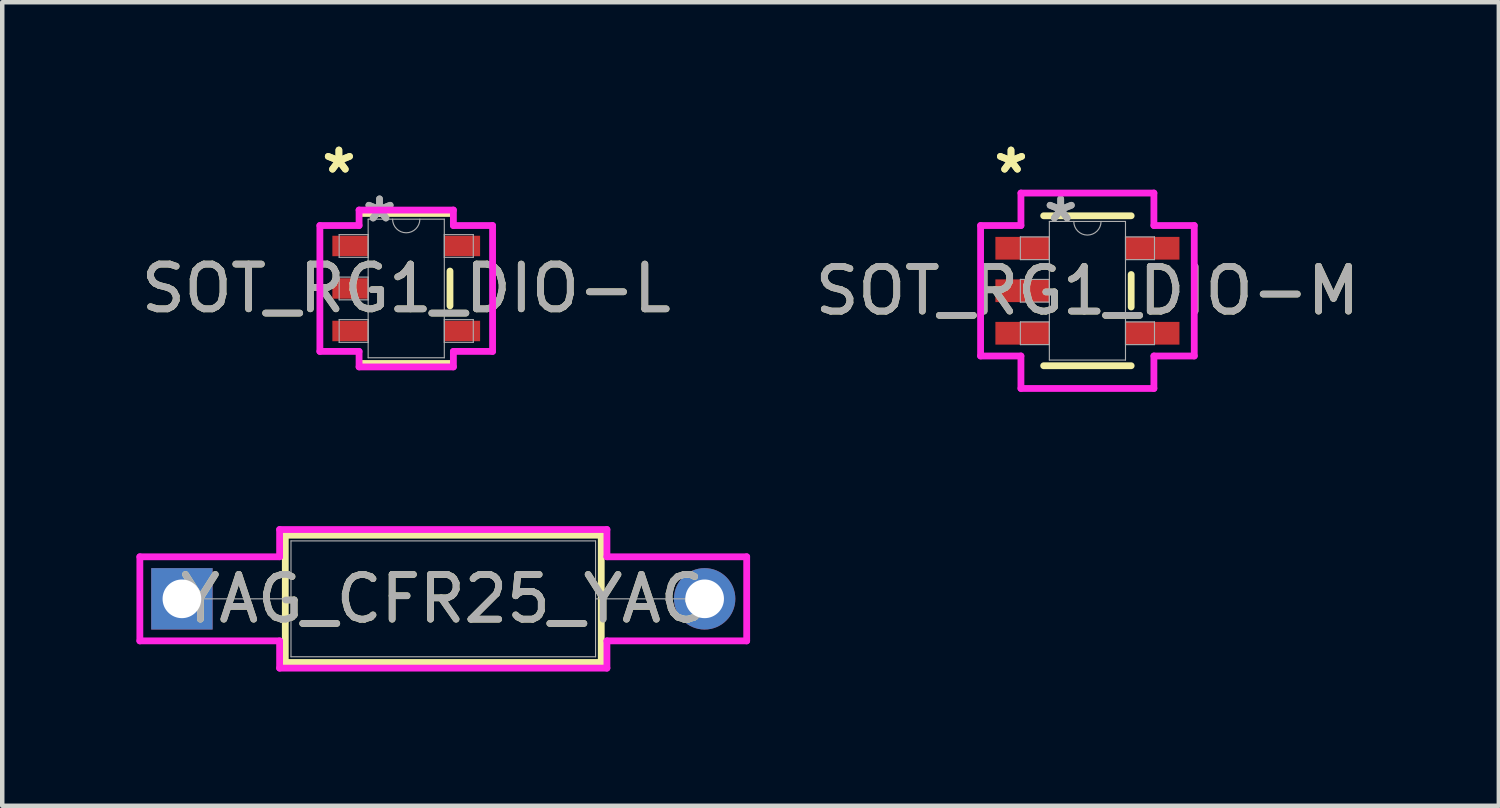
<source format=kicad_pcb>
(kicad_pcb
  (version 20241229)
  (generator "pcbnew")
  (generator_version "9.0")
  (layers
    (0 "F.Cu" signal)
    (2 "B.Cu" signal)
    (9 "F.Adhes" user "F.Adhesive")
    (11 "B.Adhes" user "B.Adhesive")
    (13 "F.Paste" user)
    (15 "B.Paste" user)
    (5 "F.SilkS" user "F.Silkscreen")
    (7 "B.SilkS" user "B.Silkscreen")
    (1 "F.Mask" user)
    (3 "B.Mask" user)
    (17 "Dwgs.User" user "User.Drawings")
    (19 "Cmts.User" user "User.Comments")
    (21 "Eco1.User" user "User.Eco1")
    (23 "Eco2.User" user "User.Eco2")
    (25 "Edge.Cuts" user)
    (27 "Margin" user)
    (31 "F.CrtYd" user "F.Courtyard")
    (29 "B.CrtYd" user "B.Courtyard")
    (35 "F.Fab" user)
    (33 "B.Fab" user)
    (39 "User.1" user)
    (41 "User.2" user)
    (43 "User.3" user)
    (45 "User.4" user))
  (footprint "SOT_RG1_DIO-L"
    (layer "F.Cu")
    (at 6.03 3.398)
    (property "Reference" "SOT_RG1_DIO-L" (at 0 0 0) (unlocked yes) (layer "F.SilkS") (effects (font (size 1 1) (thickness 0.15))))
    (attr smd)
    (fp_line (start -0.978 1.676) (end 0.978 1.676) (stroke (width 0.152) (type solid)) (layer "F.SilkS"))
    (fp_line (start 0.978 -1.676) (end -0.978 -1.676) (stroke (width 0.152) (type solid)) (layer "F.SilkS"))
    (fp_line (start 0.978 0.389) (end 0.978 -0.389) (stroke (width 0.152) (type solid)) (layer "F.SilkS"))
    (fp_line (start -1.93 -1.407) (end -1.054 -1.407) (stroke (width 0.152) (type solid)) (layer "F.CrtYd"))
    (fp_line (start -1.93 1.407) (end -1.93 -1.407) (stroke (width 0.152) (type solid)) (layer "F.CrtYd"))
    (fp_line (start -1.054 -1.753) (end 1.054 -1.753) (stroke (width 0.152) (type solid)) (layer "F.CrtYd"))
    (fp_line (start -1.054 -1.407) (end -1.054 -1.753) (stroke (width 0.152) (type solid)) (layer "F.CrtYd"))
    (fp_line (start -1.054 1.407) (end -1.93 1.407) (stroke (width 0.152) (type solid)) (layer "F.CrtYd"))
    (fp_line (start -1.054 1.753) (end -1.054 1.407) (stroke (width 0.152) (type solid)) (layer "F.CrtYd"))
    (fp_line (start 1.054 -1.753) (end 1.054 -1.407) (stroke (width 0.152) (type solid)) (layer "F.CrtYd"))
    (fp_line (start 1.054 -1.407) (end 1.93 -1.407) (stroke (width 0.152) (type solid)) (layer "F.CrtYd"))
    (fp_line (start 1.054 1.407) (end 1.054 1.753) (stroke (width 0.152) (type solid)) (layer "F.CrtYd"))
    (fp_line (start 1.054 1.753) (end -1.054 1.753) (stroke (width 0.152) (type solid)) (layer "F.CrtYd"))
    (fp_line (start 1.93 -1.407) (end 1.93 1.407) (stroke (width 0.152) (type solid)) (layer "F.CrtYd"))
    (fp_line (start 1.93 1.407) (end 1.054 1.407) (stroke (width 0.152) (type solid)) (layer "F.CrtYd"))
    (fp_line (start -1.499 -1.204) (end -1.499 -0.696) (stroke (width 0.025) (type solid)) (layer "F.Fab"))
    (fp_line (start -1.499 -0.696) (end -0.851 -0.696) (stroke (width 0.025) (type solid)) (layer "F.Fab"))
    (fp_line (start -1.499 -0.254) (end -1.499 0.254) (stroke (width 0.025) (type solid)) (layer "F.Fab"))
    (fp_line (start -1.499 0.254) (end -0.851 0.254) (stroke (width 0.025) (type solid)) (layer "F.Fab"))
    (fp_line (start -1.499 0.696) (end -1.499 1.204) (stroke (width 0.025) (type solid)) (layer "F.Fab"))
    (fp_line (start -1.499 1.204) (end -0.851 1.204) (stroke (width 0.025) (type solid)) (layer "F.Fab"))
    (fp_line (start -0.851 -1.549) (end -0.851 1.549) (stroke (width 0.025) (type solid)) (layer "F.Fab"))
    (fp_line (start -0.851 -1.204) (end -1.499 -1.204) (stroke (width 0.025) (type solid)) (layer "F.Fab"))
    (fp_line (start -0.851 -0.696) (end -0.851 -1.204) (stroke (width 0.025) (type solid)) (layer "F.Fab"))
    (fp_line (start -0.851 -0.254) (end -1.499 -0.254) (stroke (width 0.025) (type solid)) (layer "F.Fab"))
    (fp_line (start -0.851 0.254) (end -0.851 -0.254) (stroke (width 0.025) (type solid)) (layer "F.Fab"))
    (fp_line (start -0.851 0.696) (end -1.499 0.696) (stroke (width 0.025) (type solid)) (layer "F.Fab"))
    (fp_line (start -0.851 1.204) (end -0.851 0.696) (stroke (width 0.025) (type solid)) (layer "F.Fab"))
    (fp_line (start -0.851 1.549) (end 0.851 1.549) (stroke (width 0.025) (type solid)) (layer "F.Fab"))
    (fp_line (start 0.851 -1.549) (end -0.851 -1.549) (stroke (width 0.025) (type solid)) (layer "F.Fab"))
    (fp_line (start 0.851 -1.204) (end 0.851 -0.696) (stroke (width 0.025) (type solid)) (layer "F.Fab"))
    (fp_line (start 0.851 -0.696) (end 1.499 -0.696) (stroke (width 0.025) (type solid)) (layer "F.Fab"))
    (fp_line (start 0.851 0.696) (end 0.851 1.204) (stroke (width 0.025) (type solid)) (layer "F.Fab"))
    (fp_line (start 0.851 1.204) (end 1.499 1.204) (stroke (width 0.025) (type solid)) (layer "F.Fab"))
    (fp_line (start 0.851 1.549) (end 0.851 -1.549) (stroke (width 0.025) (type solid)) (layer "F.Fab"))
    (fp_line (start 1.499 -1.204) (end 0.851 -1.204) (stroke (width 0.025) (type solid)) (layer "F.Fab"))
    (fp_line (start 1.499 -0.696) (end 1.499 -1.204) (stroke (width 0.025) (type solid)) (layer "F.Fab"))
    (fp_line (start 1.499 0.696) (end 0.851 0.696) (stroke (width 0.025) (type solid)) (layer "F.Fab"))
    (fp_line (start 1.499 1.204) (end 1.499 0.696) (stroke (width 0.025) (type solid)) (layer "F.Fab"))
    (fp_arc (start 0.3048 -1.5494) (mid 0 -1.2446) (end -0.3048 -1.5494) (stroke (width 0.0254) (type solid)) (layer "F.Fab"))
    (fp_text user "*" (at -1.505 -2.55 0) (layer "F.SilkS") (effects (font (size 1 1) (thickness 0.15))))
    (fp_text user "*" (at -1.505 -2.55 0) (unlocked yes) (layer "F.SilkS") (effects (font (size 1 1) (thickness 0.15))))
    (fp_text user "*" (at -0.597 -1.458 0) (layer "F.Fab") (effects (font (size 1 1) (thickness 0.15))))
    (fp_text user "*" (at -0.597 -1.458 0) (unlocked yes) (layer "F.Fab") (effects (font (size 1 1) (thickness 0.15))))
    (fp_text user "${REFERENCE}" (at 0 0 0) (unlocked yes) (layer "F.Fab") (effects (font (size 1 1) (thickness 0.15))))
    (pad "1" smd rect (at -1.251 -0.95) (size 0.8 0.457) (layers "F.Cu" "F.Mask" "F.Paste"))
    (pad "2" smd rect (at -1.251 0) (size 0.8 0.457) (layers "F.Cu" "F.Mask" "F.Paste"))
    (pad "3" smd rect (at -1.251 0.95) (size 0.8 0.457) (layers "F.Cu" "F.Mask" "F.Paste"))
    (pad "4" smd rect (at 1.251 0.95) (size 0.8 0.457) (layers "F.Cu" "F.Mask" "F.Paste"))
    (pad "5" smd rect (at 1.251 -0.95) (size 0.8 0.457) (layers "F.Cu" "F.Mask" "F.Paste")))
  (footprint "SOT_RG1_DIO-M"
    (layer "F.Cu")
    (at 21.256 3.449)
    (property "Reference" "SOT_RG1_DIO-M" (at 0 0 0) (unlocked yes) (layer "F.SilkS") (effects (font (size 1 1) (thickness 0.15))))
    (attr smd)
    (fp_line (start -0.978 1.676) (end 0.978 1.676) (stroke (width 0.152) (type solid)) (layer "F.SilkS"))
    (fp_line (start 0.978 -1.676) (end -0.978 -1.676) (stroke (width 0.152) (type solid)) (layer "F.SilkS"))
    (fp_line (start 0.978 0.363) (end 0.978 -0.363) (stroke (width 0.152) (type solid)) (layer "F.SilkS"))
    (fp_line (start -2.388 -1.458) (end -1.486 -1.458) (stroke (width 0.152) (type solid)) (layer "F.CrtYd"))
    (fp_line (start -2.388 1.458) (end -2.388 -1.458) (stroke (width 0.152) (type solid)) (layer "F.CrtYd"))
    (fp_line (start -1.486 -2.184) (end 1.486 -2.184) (stroke (width 0.152) (type solid)) (layer "F.CrtYd"))
    (fp_line (start -1.486 -1.458) (end -1.486 -2.184) (stroke (width 0.152) (type solid)) (layer "F.CrtYd"))
    (fp_line (start -1.486 1.458) (end -2.388 1.458) (stroke (width 0.152) (type solid)) (layer "F.CrtYd"))
    (fp_line (start -1.486 2.184) (end -1.486 1.458) (stroke (width 0.152) (type solid)) (layer "F.CrtYd"))
    (fp_line (start 1.486 -2.184) (end 1.486 -1.458) (stroke (width 0.152) (type solid)) (layer "F.CrtYd"))
    (fp_line (start 1.486 -1.458) (end 2.388 -1.458) (stroke (width 0.152) (type solid)) (layer "F.CrtYd"))
    (fp_line (start 1.486 1.458) (end 1.486 2.184) (stroke (width 0.152) (type solid)) (layer "F.CrtYd"))
    (fp_line (start 1.486 2.184) (end -1.486 2.184) (stroke (width 0.152) (type solid)) (layer "F.CrtYd"))
    (fp_line (start 2.388 -1.458) (end 2.388 1.458) (stroke (width 0.152) (type solid)) (layer "F.CrtYd"))
    (fp_line (start 2.388 1.458) (end 1.486 1.458) (stroke (width 0.152) (type solid)) (layer "F.CrtYd"))
    (fp_line (start -1.499 -1.204) (end -1.499 -0.696) (stroke (width 0.025) (type solid)) (layer "F.Fab"))
    (fp_line (start -1.499 -0.696) (end -0.851 -0.696) (stroke (width 0.025) (type solid)) (layer "F.Fab"))
    (fp_line (start -1.499 -0.254) (end -1.499 0.254) (stroke (width 0.025) (type solid)) (layer "F.Fab"))
    (fp_line (start -1.499 0.254) (end -0.851 0.254) (stroke (width 0.025) (type solid)) (layer "F.Fab"))
    (fp_line (start -1.499 0.696) (end -1.499 1.204) (stroke (width 0.025) (type solid)) (layer "F.Fab"))
    (fp_line (start -1.499 1.204) (end -0.851 1.204) (stroke (width 0.025) (type solid)) (layer "F.Fab"))
    (fp_line (start -0.851 -1.549) (end -0.851 1.549) (stroke (width 0.025) (type solid)) (layer "F.Fab"))
    (fp_line (start -0.851 -1.204) (end -1.499 -1.204) (stroke (width 0.025) (type solid)) (layer "F.Fab"))
    (fp_line (start -0.851 -0.696) (end -0.851 -1.204) (stroke (width 0.025) (type solid)) (layer "F.Fab"))
    (fp_line (start -0.851 -0.254) (end -1.499 -0.254) (stroke (width 0.025) (type solid)) (layer "F.Fab"))
    (fp_line (start -0.851 0.254) (end -0.851 -0.254) (stroke (width 0.025) (type solid)) (layer "F.Fab"))
    (fp_line (start -0.851 0.696) (end -1.499 0.696) (stroke (width 0.025) (type solid)) (layer "F.Fab"))
    (fp_line (start -0.851 1.204) (end -0.851 0.696) (stroke (width 0.025) (type solid)) (layer "F.Fab"))
    (fp_line (start -0.851 1.549) (end 0.851 1.549) (stroke (width 0.025) (type solid)) (layer "F.Fab"))
    (fp_line (start 0.851 -1.549) (end -0.851 -1.549) (stroke (width 0.025) (type solid)) (layer "F.Fab"))
    (fp_line (start 0.851 -1.204) (end 0.851 -0.696) (stroke (width 0.025) (type solid)) (layer "F.Fab"))
    (fp_line (start 0.851 -0.696) (end 1.499 -0.696) (stroke (width 0.025) (type solid)) (layer "F.Fab"))
    (fp_line (start 0.851 0.696) (end 0.851 1.204) (stroke (width 0.025) (type solid)) (layer "F.Fab"))
    (fp_line (start 0.851 1.204) (end 1.499 1.204) (stroke (width 0.025) (type solid)) (layer "F.Fab"))
    (fp_line (start 0.851 1.549) (end 0.851 -1.549) (stroke (width 0.025) (type solid)) (layer "F.Fab"))
    (fp_line (start 1.499 -1.204) (end 0.851 -1.204) (stroke (width 0.025) (type solid)) (layer "F.Fab"))
    (fp_line (start 1.499 -0.696) (end 1.499 -1.204) (stroke (width 0.025) (type solid)) (layer "F.Fab"))
    (fp_line (start 1.499 0.696) (end 0.851 0.696) (stroke (width 0.025) (type solid)) (layer "F.Fab"))
    (fp_line (start 1.499 1.204) (end 1.499 0.696) (stroke (width 0.025) (type solid)) (layer "F.Fab"))
    (fp_arc (start 0.3048 -1.5494) (mid 0 -1.2446) (end -0.3048 -1.5494) (stroke (width 0.0254) (type solid)) (layer "F.Fab"))
    (fp_text user "*" (at -1.708 -2.601 0) (unlocked yes) (layer "F.SilkS") (effects (font (size 1 1) (thickness 0.15))))
    (fp_text user "*" (at -1.708 -2.601 0) (layer "F.SilkS") (effects (font (size 1 1) (thickness 0.15))))
    (fp_text user "*" (at -0.597 -1.509 0) (unlocked yes) (layer "F.Fab") (effects (font (size 1 1) (thickness 0.15))))
    (fp_text user "*" (at -0.597 -1.509 0) (layer "F.Fab") (effects (font (size 1 1) (thickness 0.15))))
    (fp_text user "${REFERENCE}" (at 0 0 0) (unlocked yes) (layer "F.Fab") (effects (font (size 1 1) (thickness 0.15))))
    (pad "1" smd rect (at -1.454 -0.95) (size 1.206 0.508) (layers "F.Cu" "F.Mask" "F.Paste"))
    (pad "2" smd rect (at -1.454 0) (size 1.206 0.508) (layers "F.Cu" "F.Mask" "F.Paste"))
    (pad "3" smd rect (at -1.454 0.95) (size 1.206 0.508) (layers "F.Cu" "F.Mask" "F.Paste"))
    (pad "4" smd rect (at 1.454 0.95) (size 1.206 0.508) (layers "F.Cu" "F.Mask" "F.Paste"))
    (pad "5" smd rect (at 1.454 -0.95) (size 1.206 0.508) (layers "F.Cu" "F.Mask" "F.Paste")))
  (footprint "YAG_CFR25_YAG"
    (layer "F.Cu")
    (at 1.016 10.335)
    (property "Reference" "YAG_CFR25_YAG" (at 5.842 0 0) (unlocked yes) (layer "F.SilkS") (effects (font (size 1 1) (thickness 0.15))))
    (attr through_hole)
    (fp_line (start 2.311 -1.422) (end 2.311 1.422) (stroke (width 0.152) (type solid)) (layer "F.SilkS"))
    (fp_line (start 2.311 1.422) (end 9.373 1.422) (stroke (width 0.152) (type solid)) (layer "F.SilkS"))
    (fp_line (start 9.373 -1.422) (end 2.311 -1.422) (stroke (width 0.152) (type solid)) (layer "F.SilkS"))
    (fp_line (start 9.373 1.422) (end 9.373 -1.422) (stroke (width 0.152) (type solid)) (layer "F.SilkS"))
    (fp_line (start -0.94 -0.94) (end 2.184 -0.94) (stroke (width 0.152) (type solid)) (layer "F.CrtYd"))
    (fp_line (start -0.94 0.94) (end -0.94 -0.94) (stroke (width 0.152) (type solid)) (layer "F.CrtYd"))
    (fp_line (start 2.184 -1.549) (end 9.5 -1.549) (stroke (width 0.152) (type solid)) (layer "F.CrtYd"))
    (fp_line (start 2.184 -0.94) (end 2.184 -1.549) (stroke (width 0.152) (type solid)) (layer "F.CrtYd"))
    (fp_line (start 2.184 0.94) (end -0.94 0.94) (stroke (width 0.152) (type solid)) (layer "F.CrtYd"))
    (fp_line (start 2.184 1.549) (end 2.184 0.94) (stroke (width 0.152) (type solid)) (layer "F.CrtYd"))
    (fp_line (start 9.5 -1.549) (end 9.5 -0.94) (stroke (width 0.152) (type solid)) (layer "F.CrtYd"))
    (fp_line (start 9.5 -0.94) (end 12.624 -0.94) (stroke (width 0.152) (type solid)) (layer "F.CrtYd"))
    (fp_line (start 9.5 0.94) (end 9.5 1.549) (stroke (width 0.152) (type solid)) (layer "F.CrtYd"))
    (fp_line (start 9.5 1.549) (end 2.184 1.549) (stroke (width 0.152) (type solid)) (layer "F.CrtYd"))
    (fp_line (start 12.624 -0.94) (end 12.624 0.94) (stroke (width 0.152) (type solid)) (layer "F.CrtYd"))
    (fp_line (start 12.624 0.94) (end 9.5 0.94) (stroke (width 0.152) (type solid)) (layer "F.CrtYd"))
    (fp_line (start 0 0) (end 2.438 0) (stroke (width 0.025) (type solid)) (layer "F.Fab"))
    (fp_line (start 2.438 -1.295) (end 2.438 1.295) (stroke (width 0.025) (type solid)) (layer "F.Fab"))
    (fp_line (start 2.438 1.295) (end 9.246 1.295) (stroke (width 0.025) (type solid)) (layer "F.Fab"))
    (fp_line (start 9.246 -1.295) (end 2.438 -1.295) (stroke (width 0.025) (type solid)) (layer "F.Fab"))
    (fp_line (start 9.246 1.295) (end 9.246 -1.295) (stroke (width 0.025) (type solid)) (layer "F.Fab"))
    (fp_line (start 11.684 0) (end 9.246 0) (stroke (width 0.025) (type solid)) (layer "F.Fab"))
    (fp_text user "${REFERENCE}" (at 5.842 0 0) (unlocked yes) (layer "F.Fab") (effects (font (size 1 1) (thickness 0.15))))
    (pad "1" thru_hole rect (at 0 0) (size 1.372 1.372) (drill 0.864) (layers "*.Cu" "*.Mask"))
    (pad "2" thru_hole circle (at 11.684 0) (size 1.372 1.372) (drill 0.864) (layers "*.Cu" "*.Mask")))
  (gr_rect
    (start -3 -3)
    (end 30.452 14.961)
    (stroke (width 0.1) (type default))
    (fill no)
    (layer "Edge.Cuts")))
</source>
